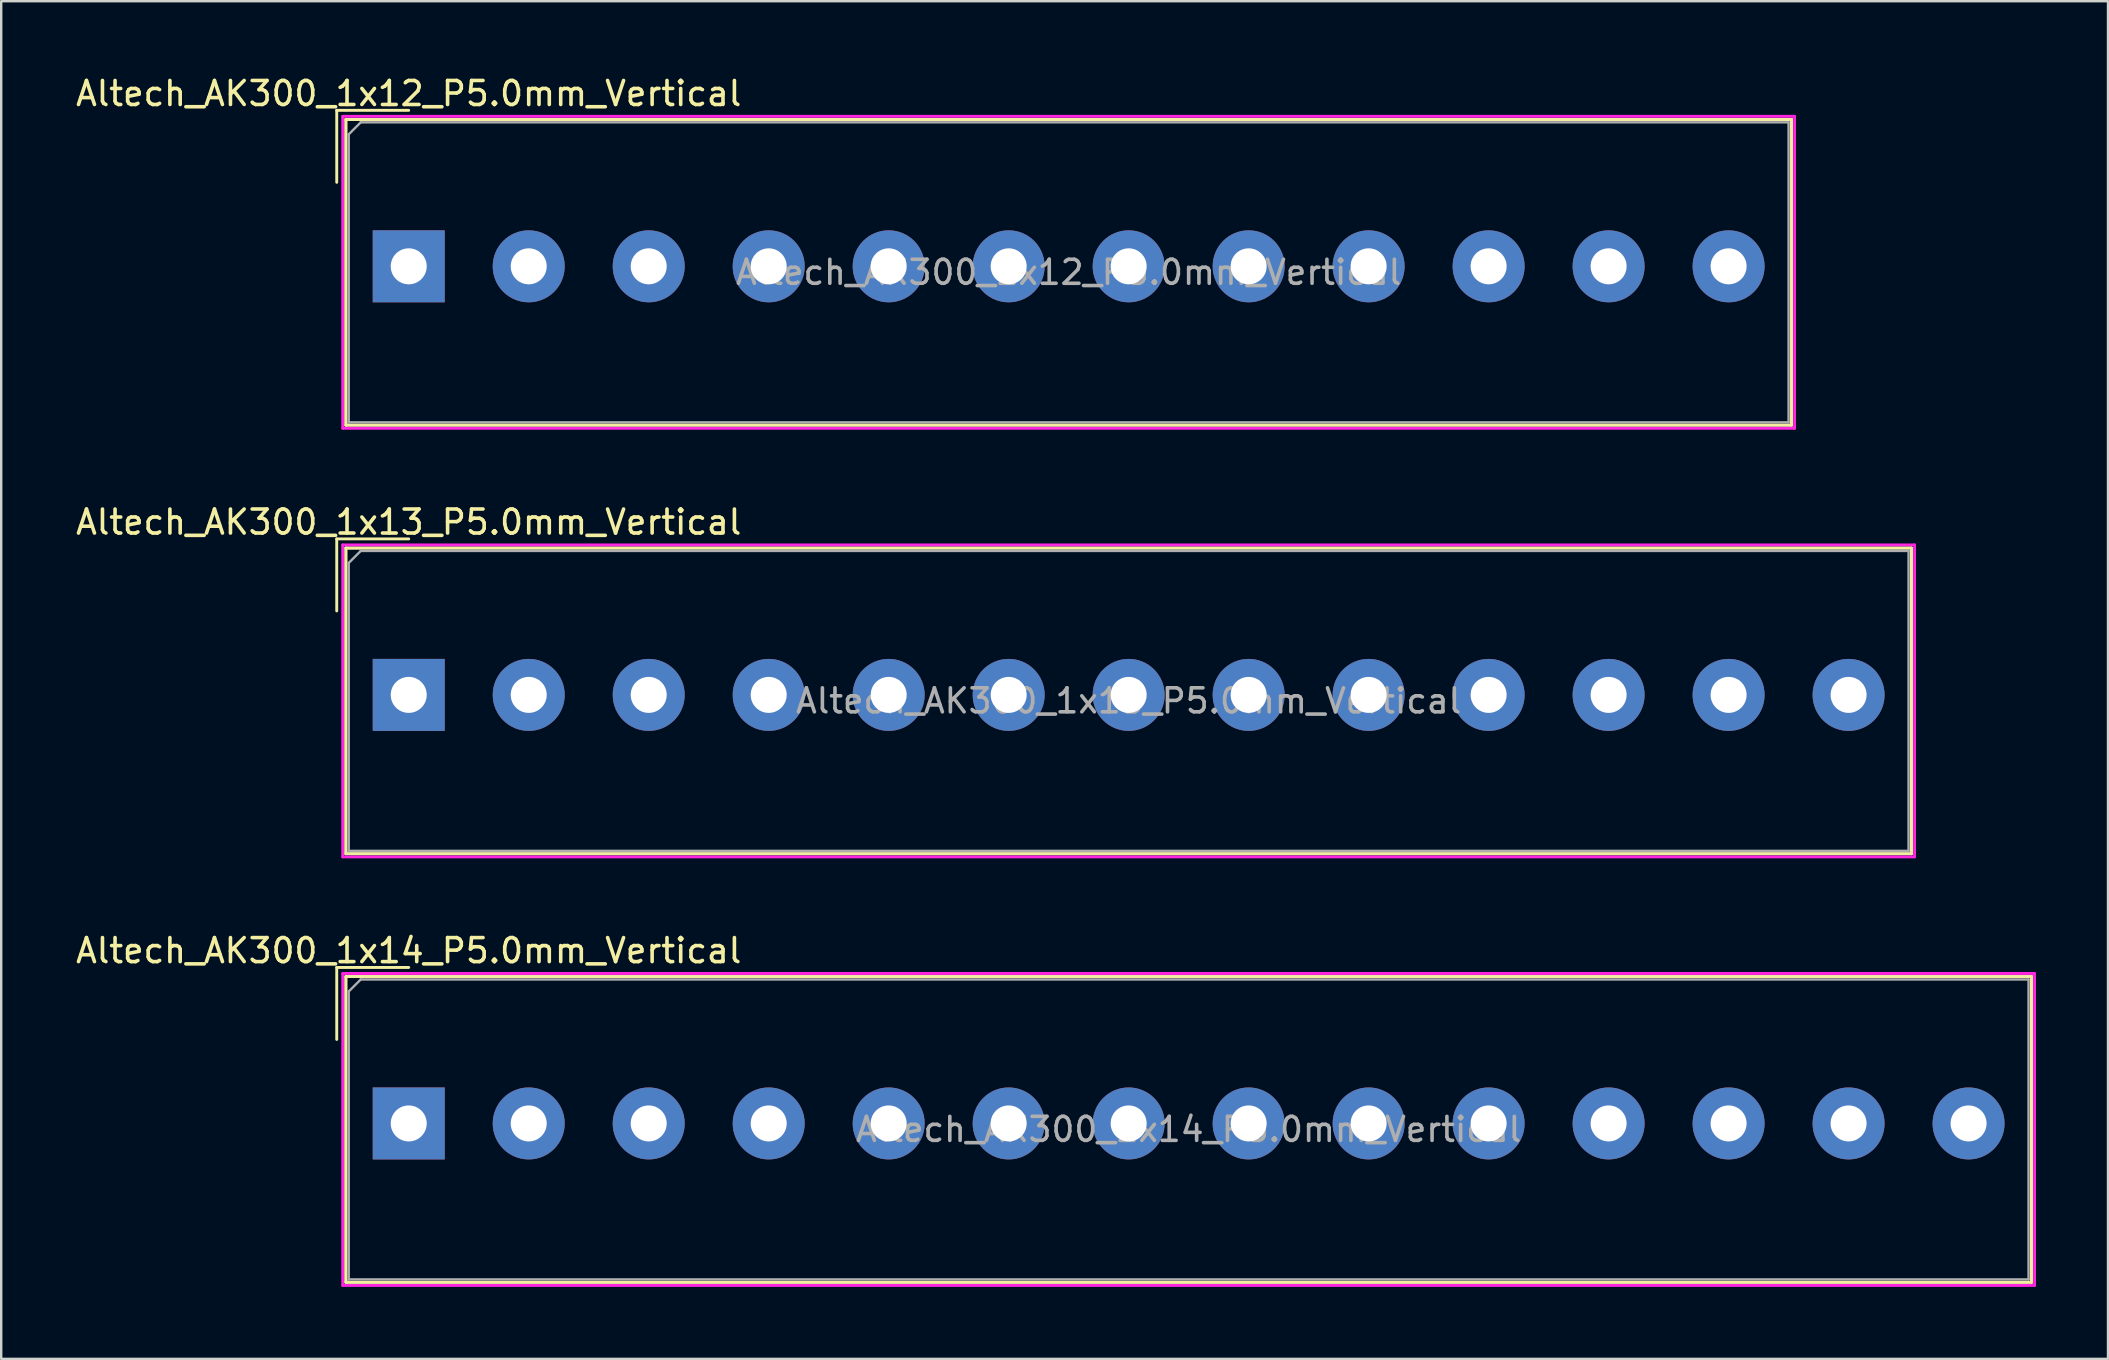
<source format=kicad_pcb>
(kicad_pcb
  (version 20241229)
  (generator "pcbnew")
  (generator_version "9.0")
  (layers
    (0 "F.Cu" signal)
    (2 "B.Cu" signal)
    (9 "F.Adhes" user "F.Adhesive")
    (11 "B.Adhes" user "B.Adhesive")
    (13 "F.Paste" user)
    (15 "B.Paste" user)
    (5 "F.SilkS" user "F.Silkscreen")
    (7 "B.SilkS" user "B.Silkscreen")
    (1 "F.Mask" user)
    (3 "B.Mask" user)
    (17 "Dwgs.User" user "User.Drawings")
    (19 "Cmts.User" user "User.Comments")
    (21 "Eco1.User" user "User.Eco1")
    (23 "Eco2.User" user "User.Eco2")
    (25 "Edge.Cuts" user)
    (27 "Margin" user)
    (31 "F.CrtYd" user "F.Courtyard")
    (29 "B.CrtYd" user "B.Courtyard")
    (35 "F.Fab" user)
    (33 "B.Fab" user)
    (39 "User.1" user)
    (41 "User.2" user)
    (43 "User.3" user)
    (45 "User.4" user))
  (footprint "Altech_AK300_1x12_P5.0mm_Vertical"
    (layer "F.Cu")
    (at 13.982 8.048)
    (property "Reference" "Altech_AK300_1x12_P5.0mm_Vertical" (at 0 -7.2 0) (layer "F.SilkS") (effects (font (size 1 1) (thickness 0.15))))
    (attr through_hole)
    (fp_line (start -3 -6.5) (end 0 -6.5) (stroke (width 0.12) (type solid)) (layer "F.SilkS"))
    (fp_line (start -3 -3.5) (end -3 -6.5) (stroke (width 0.12) (type solid)) (layer "F.SilkS"))
    (fp_line (start -2.62 -6.12) (end -2.62 6.62) (stroke (width 0.12) (type solid)) (layer "F.SilkS"))
    (fp_line (start -2.62 -6.12) (end -2.62 6.62) (stroke (width 0.12) (type solid)) (layer "F.SilkS"))
    (fp_line (start -2.62 -6.12) (end 57.62 -6.12) (stroke (width 0.12) (type solid)) (layer "F.SilkS"))
    (fp_line (start -2.62 -6.12) (end 57.62 -6.12) (stroke (width 0.12) (type solid)) (layer "F.SilkS"))
    (fp_line (start -2.62 6.62) (end 57.62 6.62) (stroke (width 0.12) (type solid)) (layer "F.SilkS"))
    (fp_line (start -2.62 6.62) (end 57.62 6.62) (stroke (width 0.12) (type solid)) (layer "F.SilkS"))
    (fp_line (start 57.62 -6.12) (end 57.62 6.62) (stroke (width 0.12) (type solid)) (layer "F.SilkS"))
    (fp_line (start 57.62 -6.12) (end 57.62 6.62) (stroke (width 0.12) (type solid)) (layer "F.SilkS"))
    (fp_line (start -2.75 -6.25) (end -2.75 6.75) (stroke (width 0.12) (type solid)) (layer "F.CrtYd"))
    (fp_line (start -2.75 -6.25) (end 57.75 -6.25) (stroke (width 0.12) (type solid)) (layer "F.CrtYd"))
    (fp_line (start -2.75 6.75) (end 57.75 6.75) (stroke (width 0.12) (type solid)) (layer "F.CrtYd"))
    (fp_line (start 57.75 -6.25) (end 57.75 6.75) (stroke (width 0.12) (type solid)) (layer "F.CrtYd"))
    (fp_line (start -2.5 -5.5) (end -2 -6) (stroke (width 0.1) (type solid)) (layer "F.Fab"))
    (fp_line (start -2.5 6.5) (end -2.5 -5.5) (stroke (width 0.1) (type solid)) (layer "F.Fab"))
    (fp_line (start -2 -6) (end 57.5 -6) (stroke (width 0.1) (type solid)) (layer "F.Fab"))
    (fp_line (start 57.5 -6) (end 57.5 6.5) (stroke (width 0.1) (type solid)) (layer "F.Fab"))
    (fp_line (start 57.5 6.5) (end -2.5 6.5) (stroke (width 0.1) (type solid)) (layer "F.Fab"))
    (fp_text user "${REFERENCE}" (at 27.5 0.25 0) (layer "F.Fab") (effects (font (size 1 1) (thickness 0.15))))
    (pad "1" thru_hole rect (at 0 0) (size 3 3) (drill 1.5) (layers "*.Cu" "*.Mask"))
    (pad "2" thru_hole circle (at 5 0) (size 3 3) (drill 1.5) (layers "*.Cu" "*.Mask"))
    (pad "3" thru_hole circle (at 10 0) (size 3 3) (drill 1.5) (layers "*.Cu" "*.Mask"))
    (pad "4" thru_hole circle (at 15 0) (size 3 3) (drill 1.5) (layers "*.Cu" "*.Mask"))
    (pad "5" thru_hole circle (at 20 0) (size 3 3) (drill 1.5) (layers "*.Cu" "*.Mask"))
    (pad "6" thru_hole circle (at 25 0) (size 3 3) (drill 1.5) (layers "*.Cu" "*.Mask"))
    (pad "7" thru_hole circle (at 30 0) (size 3 3) (drill 1.5) (layers "*.Cu" "*.Mask"))
    (pad "8" thru_hole circle (at 35 0) (size 3 3) (drill 1.5) (layers "*.Cu" "*.Mask"))
    (pad "9" thru_hole circle (at 40 0) (size 3 3) (drill 1.5) (layers "*.Cu" "*.Mask"))
    (pad "10" thru_hole circle (at 45 0) (size 3 3) (drill 1.5) (layers "*.Cu" "*.Mask"))
    (pad "11" thru_hole circle (at 50 0) (size 3 3) (drill 1.5) (layers "*.Cu" "*.Mask"))
    (pad "12" thru_hole circle (at 55 0) (size 3 3) (drill 1.5) (layers "*.Cu" "*.Mask")))
  (footprint "Altech_AK300_1x14_P5.0mm_Vertical"
    (layer "F.Cu")
    (at 13.982 43.765)
    (property "Reference" "Altech_AK300_1x14_P5.0mm_Vertical" (at 0 -7.2 0) (layer "F.SilkS") (effects (font (size 1 1) (thickness 0.15))))
    (attr through_hole)
    (fp_line (start -3 -6.5) (end 0 -6.5) (stroke (width 0.12) (type solid)) (layer "F.SilkS"))
    (fp_line (start -3 -3.5) (end -3 -6.5) (stroke (width 0.12) (type solid)) (layer "F.SilkS"))
    (fp_line (start -2.62 -6.12) (end -2.62 6.62) (stroke (width 0.12) (type solid)) (layer "F.SilkS"))
    (fp_line (start -2.62 -6.12) (end -2.62 6.62) (stroke (width 0.12) (type solid)) (layer "F.SilkS"))
    (fp_line (start -2.62 -6.12) (end 67.62 -6.12) (stroke (width 0.12) (type solid)) (layer "F.SilkS"))
    (fp_line (start -2.62 -6.12) (end 67.62 -6.12) (stroke (width 0.12) (type solid)) (layer "F.SilkS"))
    (fp_line (start -2.62 6.62) (end 67.62 6.62) (stroke (width 0.12) (type solid)) (layer "F.SilkS"))
    (fp_line (start -2.62 6.62) (end 67.62 6.62) (stroke (width 0.12) (type solid)) (layer "F.SilkS"))
    (fp_line (start 67.62 -6.12) (end 67.62 6.62) (stroke (width 0.12) (type solid)) (layer "F.SilkS"))
    (fp_line (start 67.62 -6.12) (end 67.62 6.62) (stroke (width 0.12) (type solid)) (layer "F.SilkS"))
    (fp_line (start -2.75 -6.25) (end -2.75 6.75) (stroke (width 0.12) (type solid)) (layer "F.CrtYd"))
    (fp_line (start -2.75 -6.25) (end 67.75 -6.25) (stroke (width 0.12) (type solid)) (layer "F.CrtYd"))
    (fp_line (start -2.75 6.75) (end 67.75 6.75) (stroke (width 0.12) (type solid)) (layer "F.CrtYd"))
    (fp_line (start 67.75 -6.25) (end 67.75 6.75) (stroke (width 0.12) (type solid)) (layer "F.CrtYd"))
    (fp_line (start -2.5 -5.5) (end -2 -6) (stroke (width 0.1) (type solid)) (layer "F.Fab"))
    (fp_line (start -2.5 6.5) (end -2.5 -5.5) (stroke (width 0.1) (type solid)) (layer "F.Fab"))
    (fp_line (start -2 -6) (end 67.5 -6) (stroke (width 0.1) (type solid)) (layer "F.Fab"))
    (fp_line (start 67.5 -6) (end 67.5 6.5) (stroke (width 0.1) (type solid)) (layer "F.Fab"))
    (fp_line (start 67.5 6.5) (end -2.5 6.5) (stroke (width 0.1) (type solid)) (layer "F.Fab"))
    (fp_text user "${REFERENCE}" (at 32.5 0.25 0) (layer "F.Fab") (effects (font (size 1 1) (thickness 0.15))))
    (pad "1" thru_hole rect (at 0 0) (size 3 3) (drill 1.5) (layers "*.Cu" "*.Mask"))
    (pad "2" thru_hole circle (at 5 0) (size 3 3) (drill 1.5) (layers "*.Cu" "*.Mask"))
    (pad "3" thru_hole circle (at 10 0) (size 3 3) (drill 1.5) (layers "*.Cu" "*.Mask"))
    (pad "4" thru_hole circle (at 15 0) (size 3 3) (drill 1.5) (layers "*.Cu" "*.Mask"))
    (pad "5" thru_hole circle (at 20 0) (size 3 3) (drill 1.5) (layers "*.Cu" "*.Mask"))
    (pad "6" thru_hole circle (at 25 0) (size 3 3) (drill 1.5) (layers "*.Cu" "*.Mask"))
    (pad "7" thru_hole circle (at 30 0) (size 3 3) (drill 1.5) (layers "*.Cu" "*.Mask"))
    (pad "8" thru_hole circle (at 35 0) (size 3 3) (drill 1.5) (layers "*.Cu" "*.Mask"))
    (pad "9" thru_hole circle (at 40 0) (size 3 3) (drill 1.5) (layers "*.Cu" "*.Mask"))
    (pad "10" thru_hole circle (at 45 0) (size 3 3) (drill 1.5) (layers "*.Cu" "*.Mask"))
    (pad "11" thru_hole circle (at 50 0) (size 3 3) (drill 1.5) (layers "*.Cu" "*.Mask"))
    (pad "12" thru_hole circle (at 55 0) (size 3 3) (drill 1.5) (layers "*.Cu" "*.Mask"))
    (pad "13" thru_hole circle (at 60 0) (size 3 3) (drill 1.5) (layers "*.Cu" "*.Mask"))
    (pad "14" thru_hole circle (at 65 0) (size 3 3) (drill 1.5) (layers "*.Cu" "*.Mask")))
  (footprint "Altech_AK300_1x13_P5.0mm_Vertical"
    (layer "F.Cu")
    (at 13.982 25.907)
    (property "Reference" "Altech_AK300_1x13_P5.0mm_Vertical" (at 0 -7.2 0) (layer "F.SilkS") (effects (font (size 1 1) (thickness 0.15))))
    (attr through_hole)
    (fp_line (start -3 -6.5) (end 0 -6.5) (stroke (width 0.12) (type solid)) (layer "F.SilkS"))
    (fp_line (start -3 -3.5) (end -3 -6.5) (stroke (width 0.12) (type solid)) (layer "F.SilkS"))
    (fp_line (start -2.62 -6.12) (end -2.62 6.62) (stroke (width 0.12) (type solid)) (layer "F.SilkS"))
    (fp_line (start -2.62 -6.12) (end -2.62 6.62) (stroke (width 0.12) (type solid)) (layer "F.SilkS"))
    (fp_line (start -2.62 -6.12) (end 62.62 -6.12) (stroke (width 0.12) (type solid)) (layer "F.SilkS"))
    (fp_line (start -2.62 -6.12) (end 62.62 -6.12) (stroke (width 0.12) (type solid)) (layer "F.SilkS"))
    (fp_line (start -2.62 6.62) (end 62.62 6.62) (stroke (width 0.12) (type solid)) (layer "F.SilkS"))
    (fp_line (start -2.62 6.62) (end 62.62 6.62) (stroke (width 0.12) (type solid)) (layer "F.SilkS"))
    (fp_line (start 62.62 -6.12) (end 62.62 6.62) (stroke (width 0.12) (type solid)) (layer "F.SilkS"))
    (fp_line (start 62.62 -6.12) (end 62.62 6.62) (stroke (width 0.12) (type solid)) (layer "F.SilkS"))
    (fp_line (start -2.75 -6.25) (end -2.75 6.75) (stroke (width 0.12) (type solid)) (layer "F.CrtYd"))
    (fp_line (start -2.75 -6.25) (end 62.75 -6.25) (stroke (width 0.12) (type solid)) (layer "F.CrtYd"))
    (fp_line (start -2.75 6.75) (end 62.75 6.75) (stroke (width 0.12) (type solid)) (layer "F.CrtYd"))
    (fp_line (start 62.75 -6.25) (end 62.75 6.75) (stroke (width 0.12) (type solid)) (layer "F.CrtYd"))
    (fp_line (start -2.5 -5.5) (end -2 -6) (stroke (width 0.1) (type solid)) (layer "F.Fab"))
    (fp_line (start -2.5 6.5) (end -2.5 -5.5) (stroke (width 0.1) (type solid)) (layer "F.Fab"))
    (fp_line (start -2 -6) (end 62.5 -6) (stroke (width 0.1) (type solid)) (layer "F.Fab"))
    (fp_line (start 62.5 -6) (end 62.5 6.5) (stroke (width 0.1) (type solid)) (layer "F.Fab"))
    (fp_line (start 62.5 6.5) (end -2.5 6.5) (stroke (width 0.1) (type solid)) (layer "F.Fab"))
    (fp_text user "${REFERENCE}" (at 30 0.25 0) (layer "F.Fab") (effects (font (size 1 1) (thickness 0.15))))
    (pad "1" thru_hole rect (at 0 0) (size 3 3) (drill 1.5) (layers "*.Cu" "*.Mask"))
    (pad "2" thru_hole circle (at 5 0) (size 3 3) (drill 1.5) (layers "*.Cu" "*.Mask"))
    (pad "3" thru_hole circle (at 10 0) (size 3 3) (drill 1.5) (layers "*.Cu" "*.Mask"))
    (pad "4" thru_hole circle (at 15 0) (size 3 3) (drill 1.5) (layers "*.Cu" "*.Mask"))
    (pad "5" thru_hole circle (at 20 0) (size 3 3) (drill 1.5) (layers "*.Cu" "*.Mask"))
    (pad "6" thru_hole circle (at 25 0) (size 3 3) (drill 1.5) (layers "*.Cu" "*.Mask"))
    (pad "7" thru_hole circle (at 30 0) (size 3 3) (drill 1.5) (layers "*.Cu" "*.Mask"))
    (pad "8" thru_hole circle (at 35 0) (size 3 3) (drill 1.5) (layers "*.Cu" "*.Mask"))
    (pad "9" thru_hole circle (at 40 0) (size 3 3) (drill 1.5) (layers "*.Cu" "*.Mask"))
    (pad "10" thru_hole circle (at 45 0) (size 3 3) (drill 1.5) (layers "*.Cu" "*.Mask"))
    (pad "11" thru_hole circle (at 50 0) (size 3 3) (drill 1.5) (layers "*.Cu" "*.Mask"))
    (pad "12" thru_hole circle (at 55 0) (size 3 3) (drill 1.5) (layers "*.Cu" "*.Mask"))
    (pad "13" thru_hole circle (at 60 0) (size 3 3) (drill 1.5) (layers "*.Cu" "*.Mask")))
  (gr_rect
    (start -3 -3)
    (end 84.792 53.575)
    (stroke (width 0.1) (type default))
    (fill no)
    (layer "Edge.Cuts")))
</source>
